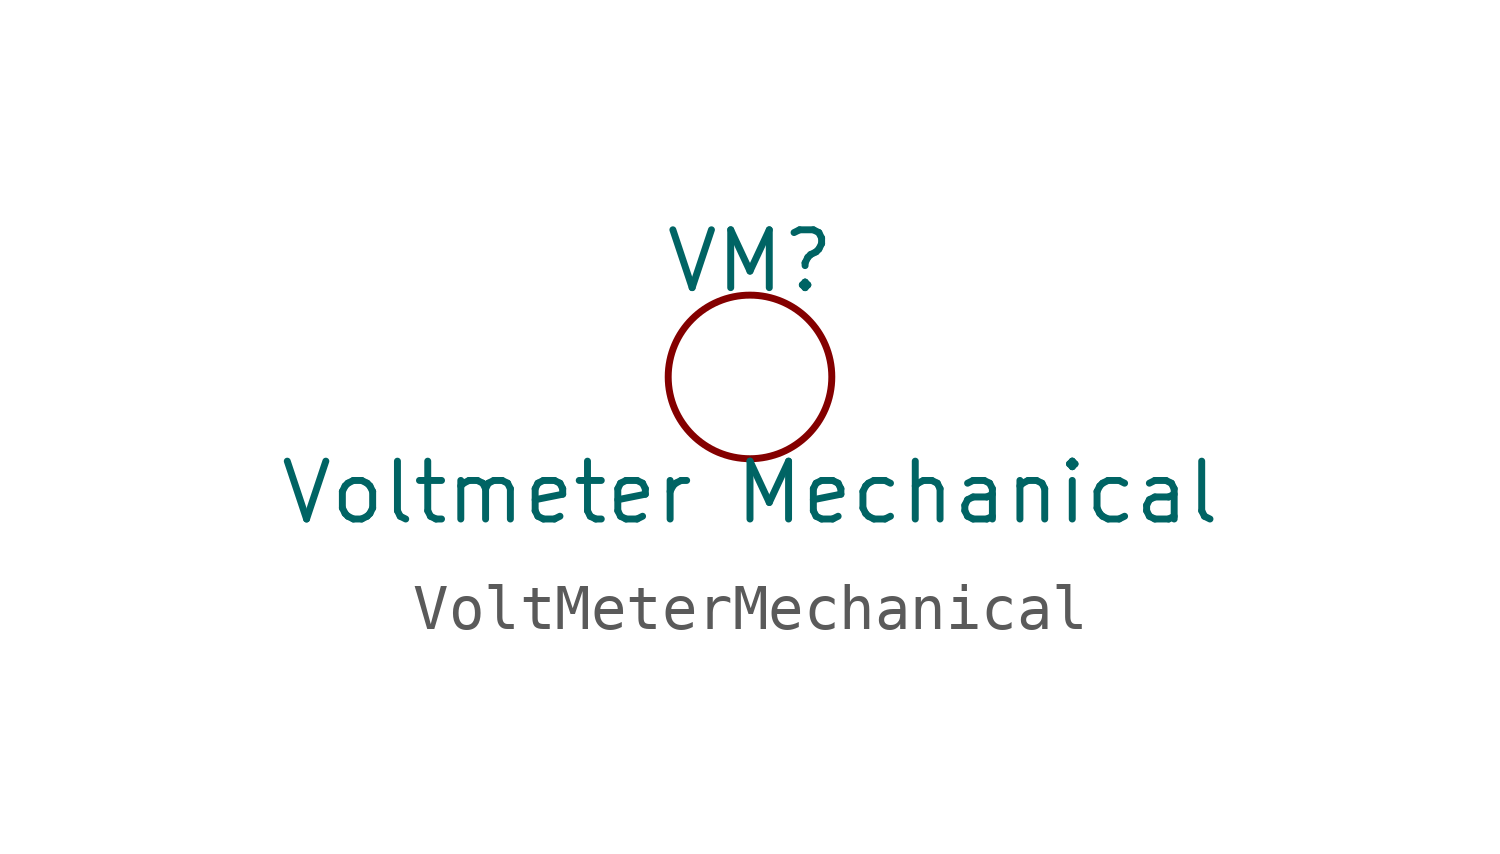
<source format=kicad_sym>
(kicad_symbol_lib
  (version 20220914)
  (generator kicad_symbol_editor)
  (symbol "VoltMeterMechanical"
    (property "Reference" "VM"
      (at 0 2.54 0)
      (effects (font (size 1.27 1.27))))
    (property "Value" "Voltmeter Mechanical"
      (at 0 -2.54 0)
      (effects (font (size 1.27 1.27))))
    (symbol "VoltMeterMechanical_0_1"
      (circle (center 0 0) (radius 1.796) (stroke (width 0) (type default)) (fill (type none))))))
</source>
